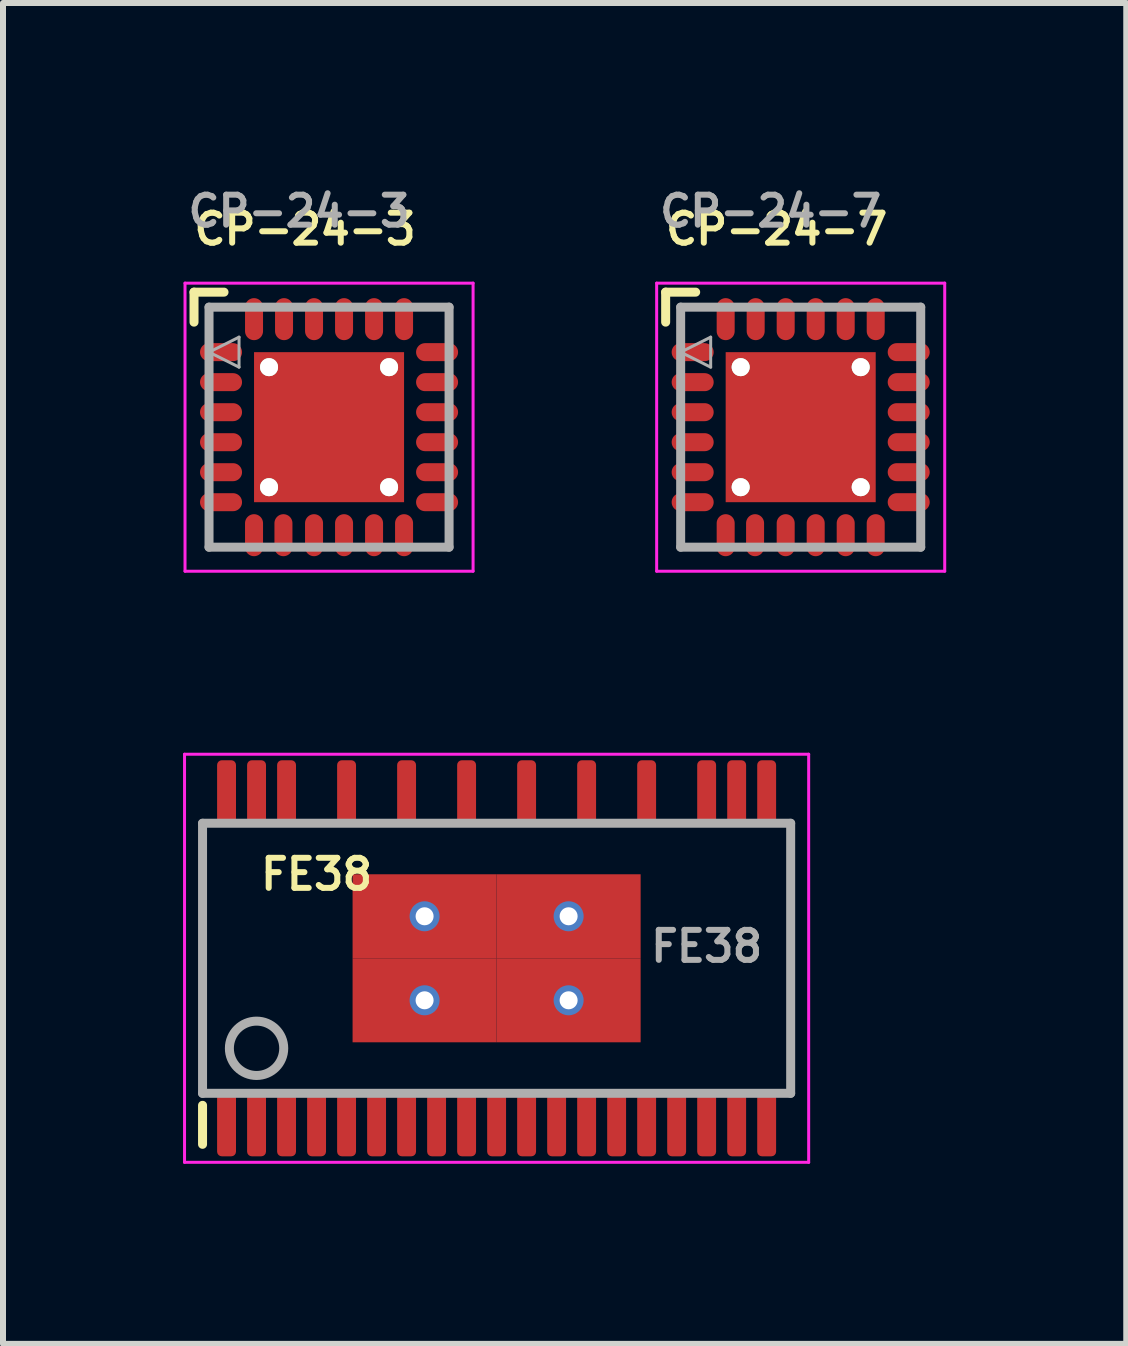
<source format=kicad_pcb>
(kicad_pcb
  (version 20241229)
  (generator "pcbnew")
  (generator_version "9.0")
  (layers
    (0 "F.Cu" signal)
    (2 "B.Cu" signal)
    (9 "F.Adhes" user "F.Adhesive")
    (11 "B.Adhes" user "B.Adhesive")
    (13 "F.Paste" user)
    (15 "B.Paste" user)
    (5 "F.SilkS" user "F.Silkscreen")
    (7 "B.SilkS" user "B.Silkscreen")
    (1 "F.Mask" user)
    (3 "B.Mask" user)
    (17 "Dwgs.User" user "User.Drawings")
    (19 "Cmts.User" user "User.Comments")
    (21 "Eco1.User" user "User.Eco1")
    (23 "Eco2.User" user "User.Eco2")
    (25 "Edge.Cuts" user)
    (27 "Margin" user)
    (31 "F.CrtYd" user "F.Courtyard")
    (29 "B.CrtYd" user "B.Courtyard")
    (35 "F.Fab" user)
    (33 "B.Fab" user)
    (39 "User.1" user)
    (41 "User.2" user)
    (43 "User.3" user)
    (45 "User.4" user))
  (footprint "FE38"
    (layer "F.Cu")
    (at 5.225 12.918)
    (property "Reference" "FE38" (at -3 -1.4 0) (layer "F.SilkS") (effects (font (size 0.5 0.5) (thickness 0.1))))
    (attr smd)
    (fp_line (start -4.9 2.45) (end -4.9 3.1) (stroke (width 0.15) (type solid)) (layer "F.SilkS"))
    (fp_line (start -5.2 -3.4) (end -5.2 3.4) (stroke (width 0.05) (type solid)) (layer "F.CrtYd"))
    (fp_line (start -5.2 3.4) (end 5.2 3.4) (stroke (width 0.05) (type solid)) (layer "F.CrtYd"))
    (fp_line (start 5.2 -3.4) (end -5.2 -3.4) (stroke (width 0.05) (type solid)) (layer "F.CrtYd"))
    (fp_line (start 5.2 3.4) (end 5.2 -3.4) (stroke (width 0.05) (type solid)) (layer "F.CrtYd"))
    (fp_line (start -4.9 -2.25) (end -4.9 2.25) (stroke (width 0.15) (type solid)) (layer "F.Fab"))
    (fp_line (start -4.9 -2.25) (end 4.9 -2.25) (stroke (width 0.15) (type solid)) (layer "F.Fab"))
    (fp_line (start -4.9 2.25) (end 4.9 2.25) (stroke (width 0.15) (type solid)) (layer "F.Fab"))
    (fp_line (start 4.9 -2.25) (end 4.9 2.25) (stroke (width 0.15) (type solid)) (layer "F.Fab"))
    (fp_circle (center -4 1.5) (end -3.55 1.55) (stroke (width 0.15) (type solid)) (fill no) (layer "F.Fab"))
    (fp_text user "${REFERENCE}" (at 3.5 -0.2 0) (layer "F.Fab") (effects (font (size 0.5 0.5) (thickness 0.1))))
    (pad "1" smd roundrect (at -4.5 2.775) (size 0.315 1.05) (layers "F.Cu" "F.Mask" "F.Paste") (roundrect_rratio 0.25))
    (pad "2" smd roundrect (at -4 2.775) (size 0.315 1.05) (layers "F.Cu" "F.Mask" "F.Paste") (roundrect_rratio 0.25))
    (pad "3" smd roundrect (at -3.5 2.775) (size 0.315 1.05) (layers "F.Cu" "F.Mask" "F.Paste") (roundrect_rratio 0.25))
    (pad "4" smd roundrect (at -3 2.775) (size 0.315 1.05) (layers "F.Cu" "F.Mask" "F.Paste") (roundrect_rratio 0.25))
    (pad "5" smd roundrect (at -2.5 2.775) (size 0.315 1.05) (layers "F.Cu" "F.Mask" "F.Paste") (roundrect_rratio 0.25))
    (pad "6" smd roundrect (at -2 2.775) (size 0.315 1.05) (layers "F.Cu" "F.Mask" "F.Paste") (roundrect_rratio 0.25))
    (pad "7" smd roundrect (at -1.5 2.775) (size 0.315 1.05) (layers "F.Cu" "F.Mask" "F.Paste") (roundrect_rratio 0.25))
    (pad "8" smd roundrect (at -1 2.775) (size 0.315 1.05) (layers "F.Cu" "F.Mask" "F.Paste") (roundrect_rratio 0.25))
    (pad "9" smd roundrect (at -0.5 2.775) (size 0.315 1.05) (layers "F.Cu" "F.Mask" "F.Paste") (roundrect_rratio 0.25))
    (pad "10" smd roundrect (at 0 2.775) (size 0.315 1.05) (layers "F.Cu" "F.Mask" "F.Paste") (roundrect_rratio 0.25))
    (pad "11" smd roundrect (at 0.5 2.775) (size 0.315 1.05) (layers "F.Cu" "F.Mask" "F.Paste") (roundrect_rratio 0.25))
    (pad "12" smd roundrect (at 1 2.775) (size 0.315 1.05) (layers "F.Cu" "F.Mask" "F.Paste") (roundrect_rratio 0.25))
    (pad "13" smd roundrect (at 1.5 2.775) (size 0.315 1.05) (layers "F.Cu" "F.Mask" "F.Paste") (roundrect_rratio 0.25))
    (pad "14" smd roundrect (at 2 2.775) (size 0.315 1.05) (layers "F.Cu" "F.Mask" "F.Paste") (roundrect_rratio 0.25))
    (pad "15" smd roundrect (at 2.5 2.775) (size 0.315 1.05) (layers "F.Cu" "F.Mask" "F.Paste") (roundrect_rratio 0.25))
    (pad "16" smd roundrect (at 3 2.775) (size 0.315 1.05) (layers "F.Cu" "F.Mask" "F.Paste") (roundrect_rratio 0.25))
    (pad "17" smd roundrect (at 3.5 2.775) (size 0.315 1.05) (layers "F.Cu" "F.Mask" "F.Paste") (roundrect_rratio 0.25))
    (pad "18" smd roundrect (at 4 2.775) (size 0.315 1.05) (layers "F.Cu" "F.Mask" "F.Paste") (roundrect_rratio 0.25))
    (pad "19" smd roundrect (at 4.5 2.775) (size 0.315 1.05) (layers "F.Cu" "F.Mask" "F.Paste") (roundrect_rratio 0.25))
    (pad "20" smd roundrect (at 4.5 -2.775) (size 0.315 1.05) (layers "F.Cu" "F.Mask" "F.Paste") (roundrect_rratio 0.25))
    (pad "21" smd roundrect (at 4 -2.775) (size 0.315 1.05) (layers "F.Cu" "F.Mask" "F.Paste") (roundrect_rratio 0.25))
    (pad "22" smd roundrect (at 3.5 -2.775) (size 0.315 1.05) (layers "F.Cu" "F.Mask" "F.Paste") (roundrect_rratio 0.25))
    (pad "24" smd roundrect (at 2.5 -2.775) (size 0.315 1.05) (layers "F.Cu" "F.Mask" "F.Paste") (roundrect_rratio 0.25))
    (pad "26" smd roundrect (at 1.5 -2.775) (size 0.315 1.05) (layers "F.Cu" "F.Mask" "F.Paste") (roundrect_rratio 0.25))
    (pad "28" smd roundrect (at 0.5 -2.775) (size 0.315 1.05) (layers "F.Cu" "F.Mask" "F.Paste") (roundrect_rratio 0.25))
    (pad "30" smd roundrect (at -0.5 -2.775) (size 0.315 1.05) (layers "F.Cu" "F.Mask" "F.Paste") (roundrect_rratio 0.25))
    (pad "32" smd roundrect (at -1.5 -2.775) (size 0.315 1.05) (layers "F.Cu" "F.Mask" "F.Paste") (roundrect_rratio 0.25))
    (pad "34" smd roundrect (at -2.5 -2.775) (size 0.315 1.05) (layers "F.Cu" "F.Mask" "F.Paste") (roundrect_rratio 0.25))
    (pad "36" smd roundrect (at -3.5 -2.775) (size 0.315 1.05) (layers "F.Cu" "F.Mask" "F.Paste") (roundrect_rratio 0.25))
    (pad "37" smd roundrect (at -4 -2.775) (size 0.315 1.05) (layers "F.Cu" "F.Mask" "F.Paste") (roundrect_rratio 0.25))
    (pad "38" smd roundrect (at -4.5 -2.775) (size 0.315 1.05) (layers "F.Cu" "F.Mask" "F.Paste") (roundrect_rratio 0.25))
    (pad "39" thru_hole circle (at -1.2 -0.7) (size 0.5 0.5) (drill 0.3) (layers "*.Cu" "F.Mask"))
    (pad "39" smd rect (at -1.2 -0.7) (size 2.4 1.4) (layers "F.Cu" "F.Mask" "F.Paste"))
    (pad "39" thru_hole circle (at -1.2 0.7) (size 0.5 0.5) (drill 0.3) (layers "*.Cu" "F.Mask"))
    (pad "39" smd rect (at -1.2 0.7) (size 2.4 1.4) (layers "F.Cu" "F.Mask" "F.Paste"))
    (pad "39" thru_hole circle (at 1.2 -0.7) (size 0.5 0.5) (drill 0.3) (layers "*.Cu" "F.Mask"))
    (pad "39" smd rect (at 1.2 -0.7) (size 2.4 1.4) (layers "F.Cu" "F.Mask" "F.Paste"))
    (pad "39" thru_hole circle (at 1.2 0.7) (size 0.5 0.5) (drill 0.3) (layers "*.Cu" "F.Mask"))
    (pad "39" smd rect (at 1.2 0.7) (size 2.4 1.4) (layers "F.Cu" "F.Mask" "F.Paste")))
  (footprint "CP-24-3"
    (layer "F.Cu")
    (at 2.433 4.068)
    (property "Reference" "CP-24-3" (at -0.4 -3.3 0) (layer "F.SilkS") (effects (font (size 0.5 0.5) (thickness 0.1))))
    (attr smd)
    (fp_line (start -2.25 -2.25) (end -2.25 -1.75) (stroke (width 0.15) (type solid)) (layer "F.SilkS"))
    (fp_line (start -1.75 -2.25) (end -2.25 -2.25) (stroke (width 0.15) (type solid)) (layer "F.SilkS"))
    (fp_line (start -2.4 -2.4) (end -2.4 2.4) (stroke (width 0.05) (type solid)) (layer "F.CrtYd"))
    (fp_line (start -2.4 2.4) (end 2.4 2.4) (stroke (width 0.05) (type solid)) (layer "F.CrtYd"))
    (fp_line (start 2.4 -2.4) (end -2.4 -2.4) (stroke (width 0.05) (type solid)) (layer "F.CrtYd"))
    (fp_line (start 2.4 2.4) (end 2.4 -2.4) (stroke (width 0.05) (type solid)) (layer "F.CrtYd"))
    (fp_line (start -2 -2) (end 2 -2) (stroke (width 0.15) (type solid)) (layer "F.Fab"))
    (fp_line (start -2 -1.25) (end -1.5 -1.5) (stroke (width 0.05) (type solid)) (layer "F.Fab"))
    (fp_line (start -2 2) (end -2 -2) (stroke (width 0.15) (type solid)) (layer "F.Fab"))
    (fp_line (start -1.5 -1.5) (end -1.5 -1) (stroke (width 0.05) (type solid)) (layer "F.Fab"))
    (fp_line (start -1.5 -1) (end -2 -1.25) (stroke (width 0.05) (type solid)) (layer "F.Fab"))
    (fp_line (start 2 -2) (end 2 2) (stroke (width 0.15) (type solid)) (layer "F.Fab"))
    (fp_line (start 2 2) (end -2 2) (stroke (width 0.15) (type solid)) (layer "F.Fab"))
    (fp_text user "${REFERENCE}" (at -0.5 -3.6 0) (layer "F.Fab") (effects (font (size 0.5 0.5) (thickness 0.1))))
    (pad "1" smd oval (at -1.8 -1.25 270) (size 0.3 0.7) (layers "F.Cu" "F.Mask" "F.Paste"))
    (pad "2" smd oval (at -1.8 -0.75 270) (size 0.3 0.7) (layers "F.Cu" "F.Mask" "F.Paste"))
    (pad "3" smd oval (at -1.8 -0.25 270) (size 0.3 0.7) (layers "F.Cu" "F.Mask" "F.Paste"))
    (pad "4" smd oval (at -1.8 0.25 270) (size 0.3 0.7) (layers "F.Cu" "F.Mask" "F.Paste"))
    (pad "5" smd oval (at -1.8 0.75 270) (size 0.3 0.7) (layers "F.Cu" "F.Mask" "F.Paste"))
    (pad "6" smd oval (at -1.8 1.25 270) (size 0.3 0.7) (layers "F.Cu" "F.Mask" "F.Paste"))
    (pad "7" smd oval (at -1.25 1.8) (size 0.3 0.7) (layers "F.Cu" "F.Mask" "F.Paste"))
    (pad "8" smd oval (at -0.76 1.8) (size 0.3 0.7) (layers "F.Cu" "F.Mask" "F.Paste"))
    (pad "9" smd oval (at -0.25 1.8) (size 0.3 0.7) (layers "F.Cu" "F.Mask" "F.Paste"))
    (pad "10" smd oval (at 0.25 1.8) (size 0.3 0.7) (layers "F.Cu" "F.Mask" "F.Paste"))
    (pad "11" smd oval (at 0.75 1.8) (size 0.3 0.7) (layers "F.Cu" "F.Mask" "F.Paste"))
    (pad "12" smd oval (at 1.25 1.8) (size 0.3 0.7) (layers "F.Cu" "F.Mask" "F.Paste"))
    (pad "13" smd oval (at 1.8 1.25 270) (size 0.3 0.7) (layers "F.Cu" "F.Mask" "F.Paste"))
    (pad "14" smd oval (at 1.8 0.75 270) (size 0.3 0.7) (layers "F.Cu" "F.Mask" "F.Paste"))
    (pad "15" smd oval (at 1.8 0.25 270) (size 0.3 0.7) (layers "F.Cu" "F.Mask" "F.Paste"))
    (pad "16" smd oval (at 1.8 -0.25 270) (size 0.3 0.7) (layers "F.Cu" "F.Mask" "F.Paste"))
    (pad "17" smd oval (at 1.8 -0.75 270) (size 0.3 0.7) (layers "F.Cu" "F.Mask" "F.Paste"))
    (pad "18" smd oval (at 1.8 -1.25 270) (size 0.3 0.7) (layers "F.Cu" "F.Mask" "F.Paste"))
    (pad "19" smd oval (at 1.25 -1.8) (size 0.3 0.7) (layers "F.Cu" "F.Mask" "F.Paste"))
    (pad "20" smd oval (at 0.75 -1.8) (size 0.3 0.7) (layers "F.Cu" "F.Mask" "F.Paste"))
    (pad "21" smd oval (at 0.25 -1.8) (size 0.3 0.7) (layers "F.Cu" "F.Mask" "F.Paste"))
    (pad "22" smd oval (at -0.25 -1.8) (size 0.3 0.7) (layers "F.Cu" "F.Mask" "F.Paste"))
    (pad "23" smd oval (at -0.75 -1.8) (size 0.3 0.7) (layers "F.Cu" "F.Mask" "F.Paste"))
    (pad "24" smd oval (at -1.25 -1.8) (size 0.3 0.7) (layers "F.Cu" "F.Mask" "F.Paste"))
    (pad "PAD" thru_hole circle (at -1 -1 270) (size 0.3 0.3) (drill 0.3) (layers "*.Cu" "F.Mask" "F.SilkS"))
    (pad "PAD" thru_hole circle (at -1 1 270) (size 0.3 0.3) (drill 0.3) (layers "*.Cu" "F.Mask" "F.SilkS"))
    (pad "PAD" smd rect (at 0 0 270) (size 2.5 2.5) (layers "F.Cu" "F.Mask" "F.Paste"))
    (pad "PAD" thru_hole circle (at 1 -1 270) (size 0.3 0.3) (drill 0.3) (layers "*.Cu" "F.Mask" "F.SilkS"))
    (pad "PAD" thru_hole circle (at 1 1 270) (size 0.3 0.3) (drill 0.3) (layers "*.Cu" "F.Mask" "F.SilkS")))
  (footprint "CP-24-7"
    (layer "F.Cu")
    (at 10.292 4.068)
    (property "Reference" "CP-24-7" (at -0.4 -3.3 0) (layer "F.SilkS") (effects (font (size 0.5 0.5) (thickness 0.1))))
    (attr smd)
    (fp_line (start -2.25 -2.25) (end -2.25 -1.75) (stroke (width 0.15) (type solid)) (layer "F.SilkS"))
    (fp_line (start -1.75 -2.25) (end -2.25 -2.25) (stroke (width 0.15) (type solid)) (layer "F.SilkS"))
    (fp_line (start -2.4 -2.4) (end -2.4 2.4) (stroke (width 0.05) (type solid)) (layer "F.CrtYd"))
    (fp_line (start -2.4 2.4) (end 2.4 2.4) (stroke (width 0.05) (type solid)) (layer "F.CrtYd"))
    (fp_line (start 2.4 -2.4) (end -2.4 -2.4) (stroke (width 0.05) (type solid)) (layer "F.CrtYd"))
    (fp_line (start 2.4 2.4) (end 2.4 -2.4) (stroke (width 0.05) (type solid)) (layer "F.CrtYd"))
    (fp_line (start -2 -2) (end 2 -2) (stroke (width 0.15) (type solid)) (layer "F.Fab"))
    (fp_line (start -2 -1.25) (end -1.5 -1.5) (stroke (width 0.05) (type solid)) (layer "F.Fab"))
    (fp_line (start -2 2) (end -2 -2) (stroke (width 0.15) (type solid)) (layer "F.Fab"))
    (fp_line (start -1.5 -1.5) (end -1.5 -1) (stroke (width 0.05) (type solid)) (layer "F.Fab"))
    (fp_line (start -1.5 -1) (end -2 -1.25) (stroke (width 0.05) (type solid)) (layer "F.Fab"))
    (fp_line (start 2 -2) (end 2 2) (stroke (width 0.15) (type solid)) (layer "F.Fab"))
    (fp_line (start 2 2) (end -2 2) (stroke (width 0.15) (type solid)) (layer "F.Fab"))
    (fp_text user "${REFERENCE}" (at -0.5 -3.6 0) (layer "F.Fab") (effects (font (size 0.5 0.5) (thickness 0.1))))
    (pad "1" smd oval (at -1.8 -1.25 270) (size 0.3 0.7) (layers "F.Cu" "F.Mask" "F.Paste"))
    (pad "2" smd oval (at -1.8 -0.75 270) (size 0.3 0.7) (layers "F.Cu" "F.Mask" "F.Paste"))
    (pad "3" smd oval (at -1.8 -0.25 270) (size 0.3 0.7) (layers "F.Cu" "F.Mask" "F.Paste"))
    (pad "4" smd oval (at -1.8 0.25 270) (size 0.3 0.7) (layers "F.Cu" "F.Mask" "F.Paste"))
    (pad "5" smd oval (at -1.8 0.75 270) (size 0.3 0.7) (layers "F.Cu" "F.Mask" "F.Paste"))
    (pad "6" smd oval (at -1.8 1.25 270) (size 0.3 0.7) (layers "F.Cu" "F.Mask" "F.Paste"))
    (pad "7" smd oval (at -1.25 1.8) (size 0.3 0.7) (layers "F.Cu" "F.Mask" "F.Paste"))
    (pad "8" smd oval (at -0.76 1.8) (size 0.3 0.7) (layers "F.Cu" "F.Mask" "F.Paste"))
    (pad "9" smd oval (at -0.25 1.8) (size 0.3 0.7) (layers "F.Cu" "F.Mask" "F.Paste"))
    (pad "10" smd oval (at 0.25 1.8) (size 0.3 0.7) (layers "F.Cu" "F.Mask" "F.Paste"))
    (pad "11" smd oval (at 0.75 1.8) (size 0.3 0.7) (layers "F.Cu" "F.Mask" "F.Paste"))
    (pad "12" smd oval (at 1.25 1.8) (size 0.3 0.7) (layers "F.Cu" "F.Mask" "F.Paste"))
    (pad "13" smd oval (at 1.8 1.25 270) (size 0.3 0.7) (layers "F.Cu" "F.Mask" "F.Paste"))
    (pad "14" smd oval (at 1.8 0.75 270) (size 0.3 0.7) (layers "F.Cu" "F.Mask" "F.Paste"))
    (pad "15" smd oval (at 1.8 0.25 270) (size 0.3 0.7) (layers "F.Cu" "F.Mask" "F.Paste"))
    (pad "16" smd oval (at 1.8 -0.25 270) (size 0.3 0.7) (layers "F.Cu" "F.Mask" "F.Paste"))
    (pad "17" smd oval (at 1.8 -0.75 270) (size 0.3 0.7) (layers "F.Cu" "F.Mask" "F.Paste"))
    (pad "18" smd oval (at 1.8 -1.25 270) (size 0.3 0.7) (layers "F.Cu" "F.Mask" "F.Paste"))
    (pad "19" smd oval (at 1.25 -1.8) (size 0.3 0.7) (layers "F.Cu" "F.Mask" "F.Paste"))
    (pad "20" smd oval (at 0.75 -1.8) (size 0.3 0.7) (layers "F.Cu" "F.Mask" "F.Paste"))
    (pad "21" smd oval (at 0.25 -1.8) (size 0.3 0.7) (layers "F.Cu" "F.Mask" "F.Paste"))
    (pad "22" smd oval (at -0.25 -1.8) (size 0.3 0.7) (layers "F.Cu" "F.Mask" "F.Paste"))
    (pad "23" smd oval (at -0.75 -1.8) (size 0.3 0.7) (layers "F.Cu" "F.Mask" "F.Paste"))
    (pad "24" smd oval (at -1.25 -1.8) (size 0.3 0.7) (layers "F.Cu" "F.Mask" "F.Paste"))
    (pad "25" thru_hole circle (at -1 -1 270) (size 0.3 0.3) (drill 0.3) (layers "*.Cu" "F.Mask" "F.SilkS"))
    (pad "25" thru_hole circle (at -1 1 270) (size 0.3 0.3) (drill 0.3) (layers "*.Cu" "F.Mask" "F.SilkS"))
    (pad "25" smd rect (at 0 0 270) (size 2.5 2.5) (layers "F.Cu" "F.Mask" "F.Paste"))
    (pad "25" thru_hole circle (at 1 -1 270) (size 0.3 0.3) (drill 0.3) (layers "*.Cu" "F.Mask" "F.SilkS"))
    (pad "25" thru_hole circle (at 1 1 270) (size 0.3 0.3) (drill 0.3) (layers "*.Cu" "F.Mask" "F.SilkS")))
  (gr_rect
    (start -3 -3)
    (end 15.717 19.343)
    (stroke (width 0.1) (type default))
    (fill no)
    (layer "Edge.Cuts")))
</source>
